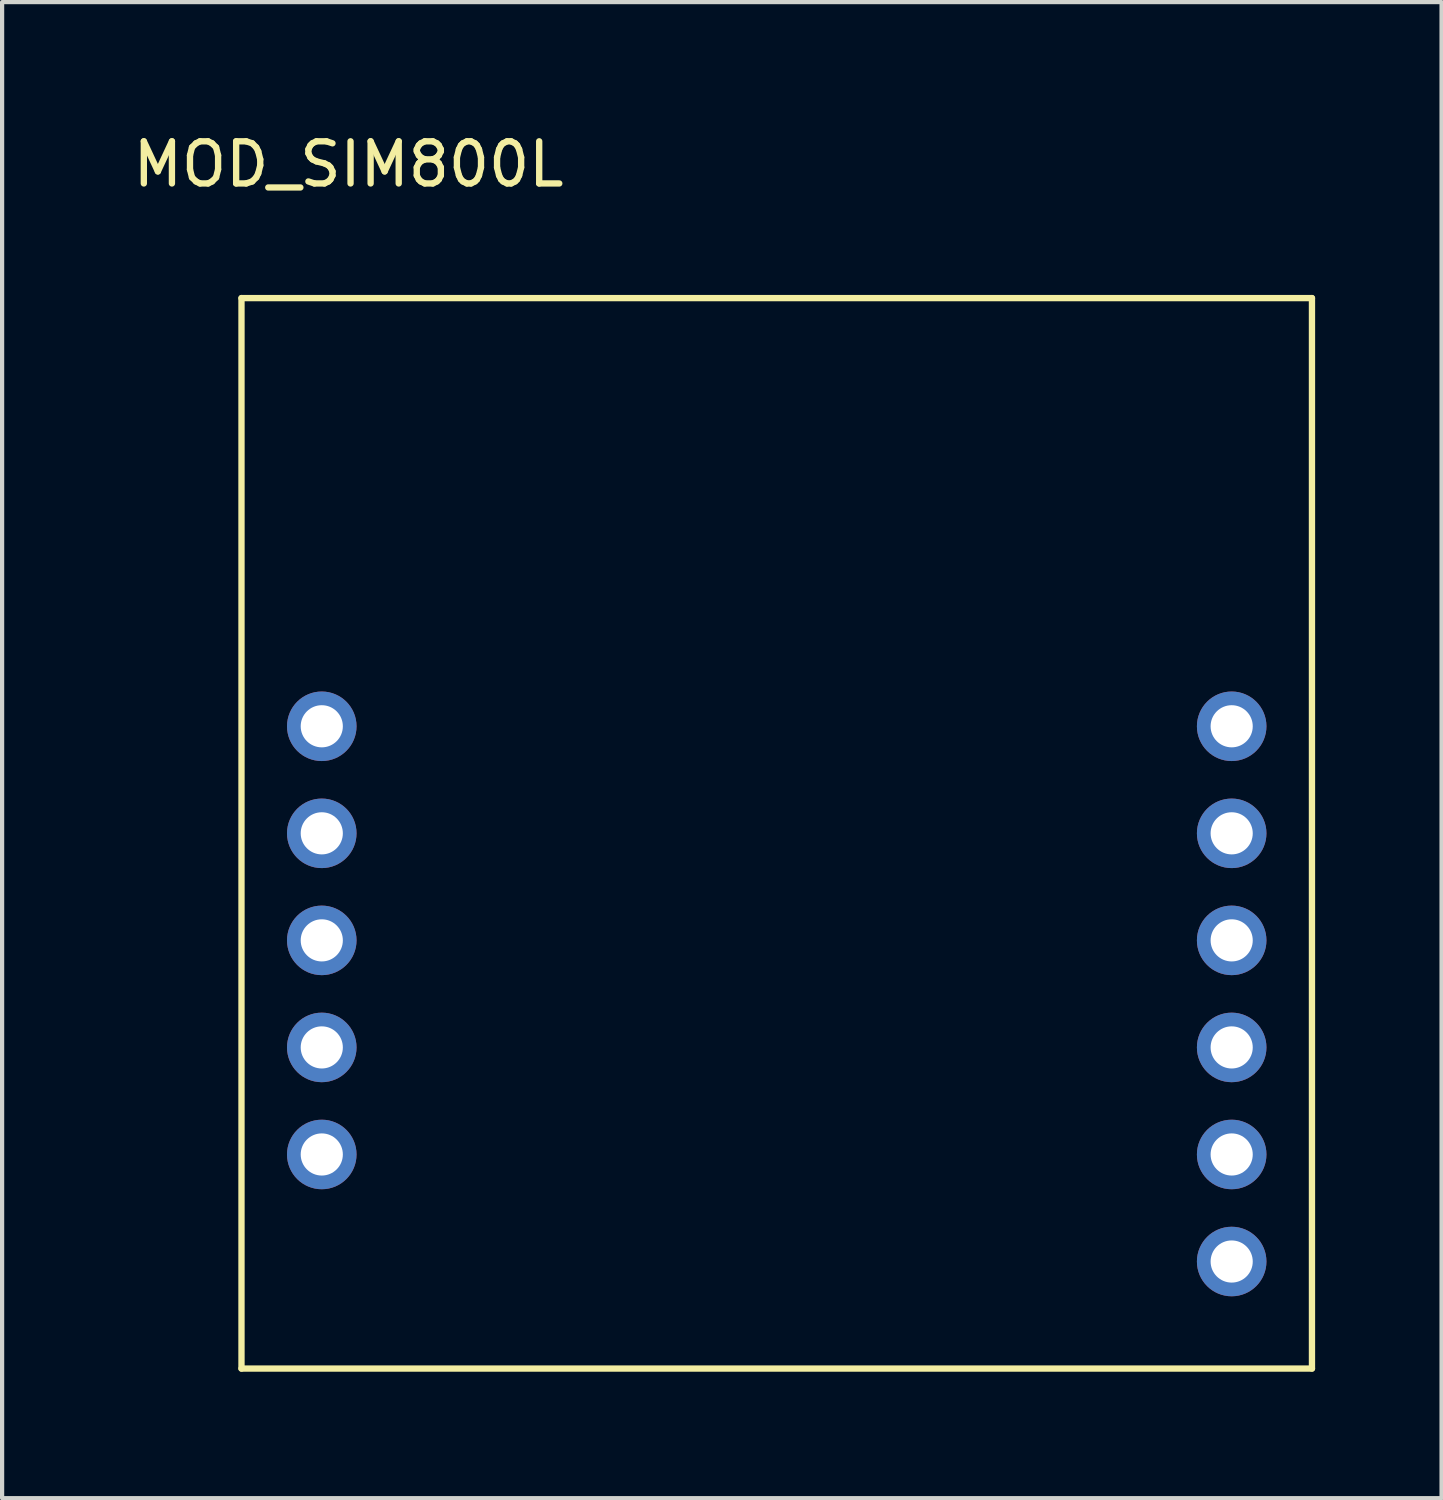
<source format=kicad_pcb>
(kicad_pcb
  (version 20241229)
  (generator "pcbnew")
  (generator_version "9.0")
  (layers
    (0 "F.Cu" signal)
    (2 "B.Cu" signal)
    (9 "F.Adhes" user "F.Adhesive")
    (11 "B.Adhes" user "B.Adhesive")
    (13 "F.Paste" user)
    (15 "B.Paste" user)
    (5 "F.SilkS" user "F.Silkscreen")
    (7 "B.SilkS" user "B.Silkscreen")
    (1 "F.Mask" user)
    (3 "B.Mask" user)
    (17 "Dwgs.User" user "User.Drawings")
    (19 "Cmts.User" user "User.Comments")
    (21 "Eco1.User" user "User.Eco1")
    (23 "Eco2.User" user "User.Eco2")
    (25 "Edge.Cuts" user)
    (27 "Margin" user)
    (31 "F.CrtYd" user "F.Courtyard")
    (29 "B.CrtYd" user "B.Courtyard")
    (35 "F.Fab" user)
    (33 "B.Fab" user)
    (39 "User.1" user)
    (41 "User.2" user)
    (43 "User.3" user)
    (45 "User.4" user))
  (footprint "MOD_SIM800L"
    (layer "F.Cu")
    (at 15.38 9.103)
    (property "Reference" "MOD_SIM800L" (at -10.16 -8.255 0) (layer "F.SilkS") (effects (font (size 1 1) (thickness 0.15))))
    (attr through_hole)
    (fp_line (start -12.7 -5.08) (end 12.7 -5.08) (stroke (width 0.15) (type solid)) (layer "F.SilkS"))
    (fp_line (start -12.7 20.32) (end -12.7 -5.08) (stroke (width 0.15) (type solid)) (layer "F.SilkS"))
    (fp_line (start 12.7 -5.08) (end 12.7 20.32) (stroke (width 0.15) (type solid)) (layer "F.SilkS"))
    (fp_line (start 12.7 20.32) (end -12.7 20.32) (stroke (width 0.15) (type solid)) (layer "F.SilkS"))
    (pad "1" thru_hole circle (at -10.795 5.08) (size 1.65 1.65) (drill 1) (layers "*.Cu" "*.Mask"))
    (pad "2" thru_hole circle (at -10.795 7.62) (size 1.65 1.65) (drill 1) (layers "*.Cu" "*.Mask"))
    (pad "3" thru_hole circle (at -10.795 10.16) (size 1.65 1.65) (drill 1) (layers "*.Cu" "*.Mask"))
    (pad "4" thru_hole circle (at -10.795 12.7) (size 1.65 1.65) (drill 1) (layers "*.Cu" "*.Mask"))
    (pad "5" thru_hole circle (at -10.795 15.24) (size 1.65 1.65) (drill 1) (layers "*.Cu" "*.Mask"))
    (pad "6" thru_hole circle (at 10.795 17.78) (size 1.65 1.65) (drill 1) (layers "*.Cu" "*.Mask"))
    (pad "7" thru_hole circle (at 10.795 15.24) (size 1.65 1.65) (drill 1) (layers "*.Cu" "*.Mask"))
    (pad "8" thru_hole circle (at 10.795 12.7) (size 1.65 1.65) (drill 1) (layers "*.Cu" "*.Mask"))
    (pad "9" thru_hole circle (at 10.795 10.16) (size 1.65 1.65) (drill 1) (layers "*.Cu" "*.Mask"))
    (pad "10" thru_hole circle (at 10.795 7.62) (size 1.65 1.65) (drill 1) (layers "*.Cu" "*.Mask"))
    (pad "11" thru_hole circle (at 10.795 5.08) (size 1.65 1.65) (drill 1) (layers "*.Cu" "*.Mask")))
  (gr_rect
    (start -3 -3)
    (end 31.155 32.498)
    (stroke (width 0.1) (type default))
    (fill no)
    (layer "Edge.Cuts")))
</source>
